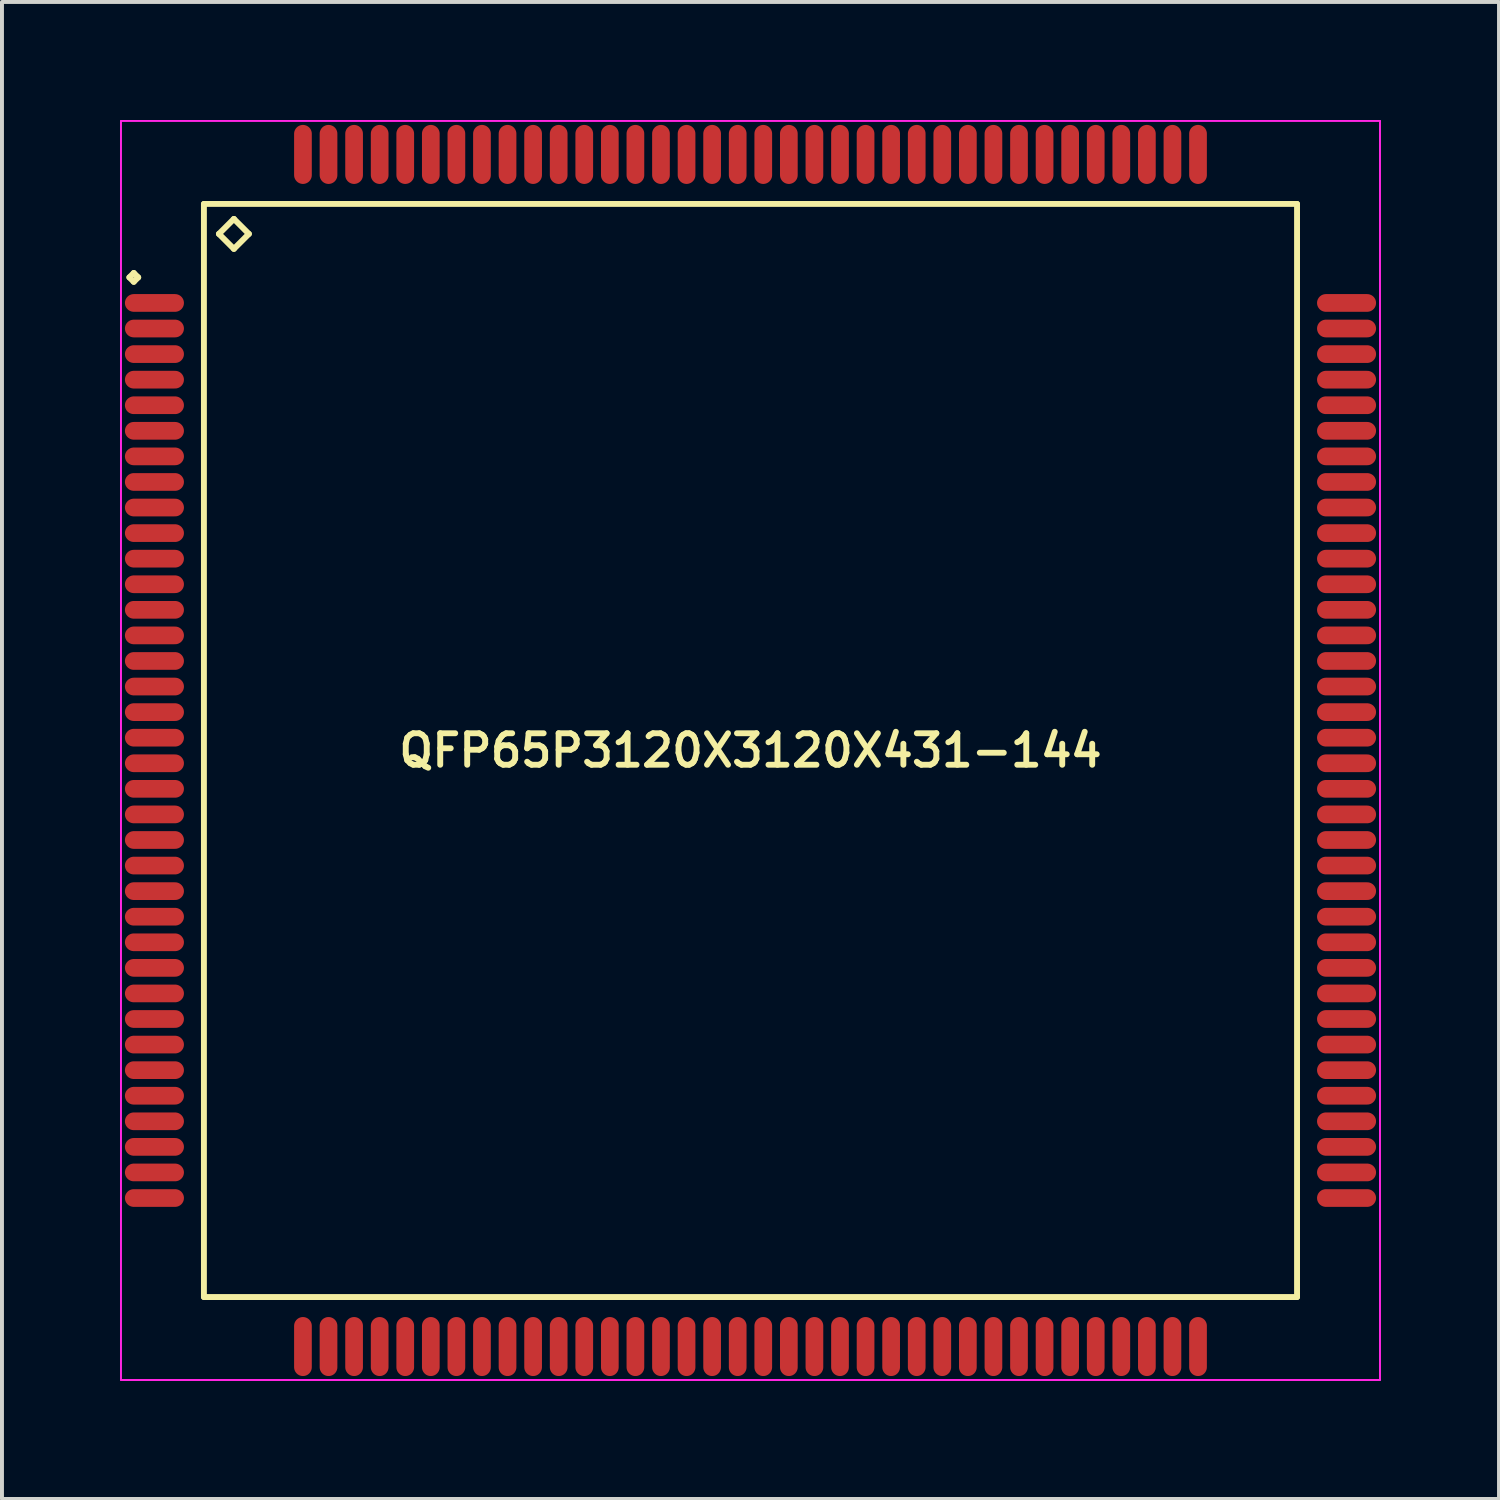
<source format=kicad_pcb>
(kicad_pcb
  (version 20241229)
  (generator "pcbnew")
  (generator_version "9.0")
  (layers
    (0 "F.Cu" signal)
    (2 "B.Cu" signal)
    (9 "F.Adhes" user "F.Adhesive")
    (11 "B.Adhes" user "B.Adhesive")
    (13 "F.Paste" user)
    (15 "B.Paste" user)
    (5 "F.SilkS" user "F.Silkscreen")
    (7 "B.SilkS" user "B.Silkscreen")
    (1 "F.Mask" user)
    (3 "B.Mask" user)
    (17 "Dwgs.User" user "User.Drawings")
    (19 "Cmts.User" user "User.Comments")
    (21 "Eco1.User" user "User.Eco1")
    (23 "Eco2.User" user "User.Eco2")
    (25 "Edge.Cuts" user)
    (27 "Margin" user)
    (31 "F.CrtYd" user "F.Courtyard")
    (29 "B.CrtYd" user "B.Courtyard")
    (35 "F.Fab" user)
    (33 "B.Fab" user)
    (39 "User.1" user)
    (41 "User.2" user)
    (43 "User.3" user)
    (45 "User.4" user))
  (footprint "QFP65P3120X3120X431-144"
    (layer "F.Cu")
    (at 16.025 16.025)
    (property "Reference" "QFP65P3120X3120X431-144" (at 0 0 0) (layer "F.SilkS") (effects (font (size 0.8 0.8) (thickness 0.15))))
    (attr smd)
    (fp_line (start -15.787 -12.025) (end -15.675 -12.137) (stroke (width 0.15) (type solid)) (layer "F.SilkS"))
    (fp_line (start -15.675 -12.137) (end -15.562 -12.025) (stroke (width 0.15) (type solid)) (layer "F.SilkS"))
    (fp_line (start -15.675 -11.912) (end -15.787 -12.025) (stroke (width 0.15) (type solid)) (layer "F.SilkS"))
    (fp_line (start -15.562 -12.025) (end -15.675 -11.912) (stroke (width 0.15) (type solid)) (layer "F.SilkS"))
    (fp_line (start -13.892 -13.892) (end -13.892 13.892) (stroke (width 0.15) (type solid)) (layer "F.SilkS"))
    (fp_line (start -13.892 13.892) (end 13.892 13.892) (stroke (width 0.15) (type solid)) (layer "F.SilkS"))
    (fp_line (start -13.511 -13.13) (end -13.13 -13.511) (stroke (width 0.15) (type solid)) (layer "F.SilkS"))
    (fp_line (start -13.13 -13.511) (end -12.749 -13.13) (stroke (width 0.15) (type solid)) (layer "F.SilkS"))
    (fp_line (start -13.13 -12.749) (end -13.511 -13.13) (stroke (width 0.15) (type solid)) (layer "F.SilkS"))
    (fp_line (start -12.749 -13.13) (end -13.13 -12.749) (stroke (width 0.15) (type solid)) (layer "F.SilkS"))
    (fp_line (start 13.892 -13.892) (end -13.892 -13.892) (stroke (width 0.15) (type solid)) (layer "F.SilkS"))
    (fp_line (start 13.892 13.892) (end 13.892 -13.892) (stroke (width 0.15) (type solid)) (layer "F.SilkS"))
    (fp_line (start -16 -16) (end 16 -16) (stroke (width 0.05) (type solid)) (layer "F.CrtYd"))
    (fp_line (start -16 16) (end -16 -16) (stroke (width 0.05) (type solid)) (layer "F.CrtYd"))
    (fp_line (start 16 -16) (end 16 16) (stroke (width 0.05) (type solid)) (layer "F.CrtYd"))
    (fp_line (start 16 16) (end -16 16) (stroke (width 0.05) (type solid)) (layer "F.CrtYd"))
    (pad "1" smd oval (at -15.15 -11.375) (size 1.5 0.45) (layers "F.Cu" "F.Mask" "F.Paste"))
    (pad "2" smd oval (at -15.15 -10.725) (size 1.5 0.45) (layers "F.Cu" "F.Mask" "F.Paste"))
    (pad "3" smd oval (at -15.15 -10.075) (size 1.5 0.45) (layers "F.Cu" "F.Mask" "F.Paste"))
    (pad "4" smd oval (at -15.15 -9.425) (size 1.5 0.45) (layers "F.Cu" "F.Mask" "F.Paste"))
    (pad "5" smd oval (at -15.15 -8.775) (size 1.5 0.45) (layers "F.Cu" "F.Mask" "F.Paste"))
    (pad "6" smd oval (at -15.15 -8.125) (size 1.5 0.45) (layers "F.Cu" "F.Mask" "F.Paste"))
    (pad "7" smd oval (at -15.15 -7.475) (size 1.5 0.45) (layers "F.Cu" "F.Mask" "F.Paste"))
    (pad "8" smd oval (at -15.15 -6.825) (size 1.5 0.45) (layers "F.Cu" "F.Mask" "F.Paste"))
    (pad "9" smd oval (at -15.15 -6.175) (size 1.5 0.45) (layers "F.Cu" "F.Mask" "F.Paste"))
    (pad "10" smd oval (at -15.15 -5.525) (size 1.5 0.45) (layers "F.Cu" "F.Mask" "F.Paste"))
    (pad "11" smd oval (at -15.15 -4.875) (size 1.5 0.45) (layers "F.Cu" "F.Mask" "F.Paste"))
    (pad "12" smd oval (at -15.15 -4.225) (size 1.5 0.45) (layers "F.Cu" "F.Mask" "F.Paste"))
    (pad "13" smd oval (at -15.15 -3.575) (size 1.5 0.45) (layers "F.Cu" "F.Mask" "F.Paste"))
    (pad "14" smd oval (at -15.15 -2.925) (size 1.5 0.45) (layers "F.Cu" "F.Mask" "F.Paste"))
    (pad "15" smd oval (at -15.15 -2.275) (size 1.5 0.45) (layers "F.Cu" "F.Mask" "F.Paste"))
    (pad "16" smd oval (at -15.15 -1.625) (size 1.5 0.45) (layers "F.Cu" "F.Mask" "F.Paste"))
    (pad "17" smd oval (at -15.15 -0.975) (size 1.5 0.45) (layers "F.Cu" "F.Mask" "F.Paste"))
    (pad "18" smd oval (at -15.15 -0.325) (size 1.5 0.45) (layers "F.Cu" "F.Mask" "F.Paste"))
    (pad "19" smd oval (at -15.15 0.325) (size 1.5 0.45) (layers "F.Cu" "F.Mask" "F.Paste"))
    (pad "20" smd oval (at -15.15 0.975) (size 1.5 0.45) (layers "F.Cu" "F.Mask" "F.Paste"))
    (pad "21" smd oval (at -15.15 1.625) (size 1.5 0.45) (layers "F.Cu" "F.Mask" "F.Paste"))
    (pad "22" smd oval (at -15.15 2.275) (size 1.5 0.45) (layers "F.Cu" "F.Mask" "F.Paste"))
    (pad "23" smd oval (at -15.15 2.925) (size 1.5 0.45) (layers "F.Cu" "F.Mask" "F.Paste"))
    (pad "24" smd oval (at -15.15 3.575) (size 1.5 0.45) (layers "F.Cu" "F.Mask" "F.Paste"))
    (pad "25" smd oval (at -15.15 4.225) (size 1.5 0.45) (layers "F.Cu" "F.Mask" "F.Paste"))
    (pad "26" smd oval (at -15.15 4.875) (size 1.5 0.45) (layers "F.Cu" "F.Mask" "F.Paste"))
    (pad "27" smd oval (at -15.15 5.525) (size 1.5 0.45) (layers "F.Cu" "F.Mask" "F.Paste"))
    (pad "28" smd oval (at -15.15 6.175) (size 1.5 0.45) (layers "F.Cu" "F.Mask" "F.Paste"))
    (pad "29" smd oval (at -15.15 6.825) (size 1.5 0.45) (layers "F.Cu" "F.Mask" "F.Paste"))
    (pad "30" smd oval (at -15.15 7.475) (size 1.5 0.45) (layers "F.Cu" "F.Mask" "F.Paste"))
    (pad "31" smd oval (at -15.15 8.125) (size 1.5 0.45) (layers "F.Cu" "F.Mask" "F.Paste"))
    (pad "32" smd oval (at -15.15 8.775) (size 1.5 0.45) (layers "F.Cu" "F.Mask" "F.Paste"))
    (pad "33" smd oval (at -15.15 9.425) (size 1.5 0.45) (layers "F.Cu" "F.Mask" "F.Paste"))
    (pad "34" smd oval (at -15.15 10.075) (size 1.5 0.45) (layers "F.Cu" "F.Mask" "F.Paste"))
    (pad "35" smd oval (at -15.15 10.725) (size 1.5 0.45) (layers "F.Cu" "F.Mask" "F.Paste"))
    (pad "36" smd oval (at -15.15 11.375) (size 1.5 0.45) (layers "F.Cu" "F.Mask" "F.Paste"))
    (pad "37" smd oval (at -11.375 15.15) (size 0.45 1.5) (layers "F.Cu" "F.Mask" "F.Paste"))
    (pad "38" smd oval (at -10.725 15.15) (size 0.45 1.5) (layers "F.Cu" "F.Mask" "F.Paste"))
    (pad "39" smd oval (at -10.075 15.15) (size 0.45 1.5) (layers "F.Cu" "F.Mask" "F.Paste"))
    (pad "40" smd oval (at -9.425 15.15) (size 0.45 1.5) (layers "F.Cu" "F.Mask" "F.Paste"))
    (pad "41" smd oval (at -8.775 15.15) (size 0.45 1.5) (layers "F.Cu" "F.Mask" "F.Paste"))
    (pad "42" smd oval (at -8.125 15.15) (size 0.45 1.5) (layers "F.Cu" "F.Mask" "F.Paste"))
    (pad "43" smd oval (at -7.475 15.15) (size 0.45 1.5) (layers "F.Cu" "F.Mask" "F.Paste"))
    (pad "44" smd oval (at -6.825 15.15) (size 0.45 1.5) (layers "F.Cu" "F.Mask" "F.Paste"))
    (pad "45" smd oval (at -6.175 15.15) (size 0.45 1.5) (layers "F.Cu" "F.Mask" "F.Paste"))
    (pad "46" smd oval (at -5.525 15.15) (size 0.45 1.5) (layers "F.Cu" "F.Mask" "F.Paste"))
    (pad "47" smd oval (at -4.875 15.15) (size 0.45 1.5) (layers "F.Cu" "F.Mask" "F.Paste"))
    (pad "48" smd oval (at -4.225 15.15) (size 0.45 1.5) (layers "F.Cu" "F.Mask" "F.Paste"))
    (pad "49" smd oval (at -3.575 15.15) (size 0.45 1.5) (layers "F.Cu" "F.Mask" "F.Paste"))
    (pad "50" smd oval (at -2.925 15.15) (size 0.45 1.5) (layers "F.Cu" "F.Mask" "F.Paste"))
    (pad "51" smd oval (at -2.275 15.15) (size 0.45 1.5) (layers "F.Cu" "F.Mask" "F.Paste"))
    (pad "52" smd oval (at -1.625 15.15) (size 0.45 1.5) (layers "F.Cu" "F.Mask" "F.Paste"))
    (pad "53" smd oval (at -0.975 15.15) (size 0.45 1.5) (layers "F.Cu" "F.Mask" "F.Paste"))
    (pad "54" smd oval (at -0.325 15.15) (size 0.45 1.5) (layers "F.Cu" "F.Mask" "F.Paste"))
    (pad "55" smd oval (at 0.325 15.15) (size 0.45 1.5) (layers "F.Cu" "F.Mask" "F.Paste"))
    (pad "56" smd oval (at 0.975 15.15) (size 0.45 1.5) (layers "F.Cu" "F.Mask" "F.Paste"))
    (pad "57" smd oval (at 1.625 15.15) (size 0.45 1.5) (layers "F.Cu" "F.Mask" "F.Paste"))
    (pad "58" smd oval (at 2.275 15.15) (size 0.45 1.5) (layers "F.Cu" "F.Mask" "F.Paste"))
    (pad "59" smd oval (at 2.925 15.15) (size 0.45 1.5) (layers "F.Cu" "F.Mask" "F.Paste"))
    (pad "60" smd oval (at 3.575 15.15) (size 0.45 1.5) (layers "F.Cu" "F.Mask" "F.Paste"))
    (pad "61" smd oval (at 4.225 15.15) (size 0.45 1.5) (layers "F.Cu" "F.Mask" "F.Paste"))
    (pad "62" smd oval (at 4.875 15.15) (size 0.45 1.5) (layers "F.Cu" "F.Mask" "F.Paste"))
    (pad "63" smd oval (at 5.525 15.15) (size 0.45 1.5) (layers "F.Cu" "F.Mask" "F.Paste"))
    (pad "64" smd oval (at 6.175 15.15) (size 0.45 1.5) (layers "F.Cu" "F.Mask" "F.Paste"))
    (pad "65" smd oval (at 6.825 15.15) (size 0.45 1.5) (layers "F.Cu" "F.Mask" "F.Paste"))
    (pad "66" smd oval (at 7.475 15.15) (size 0.45 1.5) (layers "F.Cu" "F.Mask" "F.Paste"))
    (pad "67" smd oval (at 8.125 15.15) (size 0.45 1.5) (layers "F.Cu" "F.Mask" "F.Paste"))
    (pad "68" smd oval (at 8.775 15.15) (size 0.45 1.5) (layers "F.Cu" "F.Mask" "F.Paste"))
    (pad "69" smd oval (at 9.425 15.15) (size 0.45 1.5) (layers "F.Cu" "F.Mask" "F.Paste"))
    (pad "70" smd oval (at 10.075 15.15) (size 0.45 1.5) (layers "F.Cu" "F.Mask" "F.Paste"))
    (pad "71" smd oval (at 10.725 15.15) (size 0.45 1.5) (layers "F.Cu" "F.Mask" "F.Paste"))
    (pad "72" smd oval (at 11.375 15.15) (size 0.45 1.5) (layers "F.Cu" "F.Mask" "F.Paste"))
    (pad "73" smd oval (at 15.15 11.375) (size 1.5 0.45) (layers "F.Cu" "F.Mask" "F.Paste"))
    (pad "74" smd oval (at 15.15 10.725) (size 1.5 0.45) (layers "F.Cu" "F.Mask" "F.Paste"))
    (pad "75" smd oval (at 15.15 10.075) (size 1.5 0.45) (layers "F.Cu" "F.Mask" "F.Paste"))
    (pad "76" smd oval (at 15.15 9.425) (size 1.5 0.45) (layers "F.Cu" "F.Mask" "F.Paste"))
    (pad "77" smd oval (at 15.15 8.775) (size 1.5 0.45) (layers "F.Cu" "F.Mask" "F.Paste"))
    (pad "78" smd oval (at 15.15 8.125) (size 1.5 0.45) (layers "F.Cu" "F.Mask" "F.Paste"))
    (pad "79" smd oval (at 15.15 7.475) (size 1.5 0.45) (layers "F.Cu" "F.Mask" "F.Paste"))
    (pad "80" smd oval (at 15.15 6.825) (size 1.5 0.45) (layers "F.Cu" "F.Mask" "F.Paste"))
    (pad "81" smd oval (at 15.15 6.175) (size 1.5 0.45) (layers "F.Cu" "F.Mask" "F.Paste"))
    (pad "82" smd oval (at 15.15 5.525) (size 1.5 0.45) (layers "F.Cu" "F.Mask" "F.Paste"))
    (pad "83" smd oval (at 15.15 4.875) (size 1.5 0.45) (layers "F.Cu" "F.Mask" "F.Paste"))
    (pad "84" smd oval (at 15.15 4.225) (size 1.5 0.45) (layers "F.Cu" "F.Mask" "F.Paste"))
    (pad "85" smd oval (at 15.15 3.575) (size 1.5 0.45) (layers "F.Cu" "F.Mask" "F.Paste"))
    (pad "86" smd oval (at 15.15 2.925) (size 1.5 0.45) (layers "F.Cu" "F.Mask" "F.Paste"))
    (pad "87" smd oval (at 15.15 2.275) (size 1.5 0.45) (layers "F.Cu" "F.Mask" "F.Paste"))
    (pad "88" smd oval (at 15.15 1.625) (size 1.5 0.45) (layers "F.Cu" "F.Mask" "F.Paste"))
    (pad "89" smd oval (at 15.15 0.975) (size 1.5 0.45) (layers "F.Cu" "F.Mask" "F.Paste"))
    (pad "90" smd oval (at 15.15 0.325) (size 1.5 0.45) (layers "F.Cu" "F.Mask" "F.Paste"))
    (pad "91" smd oval (at 15.15 -0.325) (size 1.5 0.45) (layers "F.Cu" "F.Mask" "F.Paste"))
    (pad "92" smd oval (at 15.15 -0.975) (size 1.5 0.45) (layers "F.Cu" "F.Mask" "F.Paste"))
    (pad "93" smd oval (at 15.15 -1.625) (size 1.5 0.45) (layers "F.Cu" "F.Mask" "F.Paste"))
    (pad "94" smd oval (at 15.15 -2.275) (size 1.5 0.45) (layers "F.Cu" "F.Mask" "F.Paste"))
    (pad "95" smd oval (at 15.15 -2.925) (size 1.5 0.45) (layers "F.Cu" "F.Mask" "F.Paste"))
    (pad "96" smd oval (at 15.15 -3.575) (size 1.5 0.45) (layers "F.Cu" "F.Mask" "F.Paste"))
    (pad "97" smd oval (at 15.15 -4.225) (size 1.5 0.45) (layers "F.Cu" "F.Mask" "F.Paste"))
    (pad "98" smd oval (at 15.15 -4.875) (size 1.5 0.45) (layers "F.Cu" "F.Mask" "F.Paste"))
    (pad "99" smd oval (at 15.15 -5.525) (size 1.5 0.45) (layers "F.Cu" "F.Mask" "F.Paste"))
    (pad "100" smd oval (at 15.15 -6.175) (size 1.5 0.45) (layers "F.Cu" "F.Mask" "F.Paste"))
    (pad "101" smd oval (at 15.15 -6.825) (size 1.5 0.45) (layers "F.Cu" "F.Mask" "F.Paste"))
    (pad "102" smd oval (at 15.15 -7.475) (size 1.5 0.45) (layers "F.Cu" "F.Mask" "F.Paste"))
    (pad "103" smd oval (at 15.15 -8.125) (size 1.5 0.45) (layers "F.Cu" "F.Mask" "F.Paste"))
    (pad "104" smd oval (at 15.15 -8.775) (size 1.5 0.45) (layers "F.Cu" "F.Mask" "F.Paste"))
    (pad "105" smd oval (at 15.15 -9.425) (size 1.5 0.45) (layers "F.Cu" "F.Mask" "F.Paste"))
    (pad "106" smd oval (at 15.15 -10.075) (size 1.5 0.45) (layers "F.Cu" "F.Mask" "F.Paste"))
    (pad "107" smd oval (at 15.15 -10.725) (size 1.5 0.45) (layers "F.Cu" "F.Mask" "F.Paste"))
    (pad "108" smd oval (at 15.15 -11.375) (size 1.5 0.45) (layers "F.Cu" "F.Mask" "F.Paste"))
    (pad "109" smd oval (at 11.375 -15.15) (size 0.45 1.5) (layers "F.Cu" "F.Mask" "F.Paste"))
    (pad "110" smd oval (at 10.725 -15.15) (size 0.45 1.5) (layers "F.Cu" "F.Mask" "F.Paste"))
    (pad "111" smd oval (at 10.075 -15.15) (size 0.45 1.5) (layers "F.Cu" "F.Mask" "F.Paste"))
    (pad "112" smd oval (at 9.425 -15.15) (size 0.45 1.5) (layers "F.Cu" "F.Mask" "F.Paste"))
    (pad "113" smd oval (at 8.775 -15.15) (size 0.45 1.5) (layers "F.Cu" "F.Mask" "F.Paste"))
    (pad "114" smd oval (at 8.125 -15.15) (size 0.45 1.5) (layers "F.Cu" "F.Mask" "F.Paste"))
    (pad "115" smd oval (at 7.475 -15.15) (size 0.45 1.5) (layers "F.Cu" "F.Mask" "F.Paste"))
    (pad "116" smd oval (at 6.825 -15.15) (size 0.45 1.5) (layers "F.Cu" "F.Mask" "F.Paste"))
    (pad "117" smd oval (at 6.175 -15.15) (size 0.45 1.5) (layers "F.Cu" "F.Mask" "F.Paste"))
    (pad "118" smd oval (at 5.525 -15.15) (size 0.45 1.5) (layers "F.Cu" "F.Mask" "F.Paste"))
    (pad "119" smd oval (at 4.875 -15.15) (size 0.45 1.5) (layers "F.Cu" "F.Mask" "F.Paste"))
    (pad "120" smd oval (at 4.225 -15.15) (size 0.45 1.5) (layers "F.Cu" "F.Mask" "F.Paste"))
    (pad "121" smd oval (at 3.575 -15.15) (size 0.45 1.5) (layers "F.Cu" "F.Mask" "F.Paste"))
    (pad "122" smd oval (at 2.925 -15.15) (size 0.45 1.5) (layers "F.Cu" "F.Mask" "F.Paste"))
    (pad "123" smd oval (at 2.275 -15.15) (size 0.45 1.5) (layers "F.Cu" "F.Mask" "F.Paste"))
    (pad "124" smd oval (at 1.625 -15.15) (size 0.45 1.5) (layers "F.Cu" "F.Mask" "F.Paste"))
    (pad "125" smd oval (at 0.975 -15.15) (size 0.45 1.5) (layers "F.Cu" "F.Mask" "F.Paste"))
    (pad "126" smd oval (at 0.325 -15.15) (size 0.45 1.5) (layers "F.Cu" "F.Mask" "F.Paste"))
    (pad "127" smd oval (at -0.325 -15.15) (size 0.45 1.5) (layers "F.Cu" "F.Mask" "F.Paste"))
    (pad "128" smd oval (at -0.975 -15.15) (size 0.45 1.5) (layers "F.Cu" "F.Mask" "F.Paste"))
    (pad "129" smd oval (at -1.625 -15.15) (size 0.45 1.5) (layers "F.Cu" "F.Mask" "F.Paste"))
    (pad "130" smd oval (at -2.275 -15.15) (size 0.45 1.5) (layers "F.Cu" "F.Mask" "F.Paste"))
    (pad "131" smd oval (at -2.925 -15.15) (size 0.45 1.5) (layers "F.Cu" "F.Mask" "F.Paste"))
    (pad "132" smd oval (at -3.575 -15.15) (size 0.45 1.5) (layers "F.Cu" "F.Mask" "F.Paste"))
    (pad "133" smd oval (at -4.225 -15.15) (size 0.45 1.5) (layers "F.Cu" "F.Mask" "F.Paste"))
    (pad "134" smd oval (at -4.875 -15.15) (size 0.45 1.5) (layers "F.Cu" "F.Mask" "F.Paste"))
    (pad "135" smd oval (at -5.525 -15.15) (size 0.45 1.5) (layers "F.Cu" "F.Mask" "F.Paste"))
    (pad "136" smd oval (at -6.175 -15.15) (size 0.45 1.5) (layers "F.Cu" "F.Mask" "F.Paste"))
    (pad "137" smd oval (at -6.825 -15.15) (size 0.45 1.5) (layers "F.Cu" "F.Mask" "F.Paste"))
    (pad "138" smd oval (at -7.475 -15.15) (size 0.45 1.5) (layers "F.Cu" "F.Mask" "F.Paste"))
    (pad "139" smd oval (at -8.125 -15.15) (size 0.45 1.5) (layers "F.Cu" "F.Mask" "F.Paste"))
    (pad "140" smd oval (at -8.775 -15.15) (size 0.45 1.5) (layers "F.Cu" "F.Mask" "F.Paste"))
    (pad "141" smd oval (at -9.425 -15.15) (size 0.45 1.5) (layers "F.Cu" "F.Mask" "F.Paste"))
    (pad "142" smd oval (at -10.075 -15.15) (size 0.45 1.5) (layers "F.Cu" "F.Mask" "F.Paste"))
    (pad "143" smd oval (at -10.725 -15.15) (size 0.45 1.5) (layers "F.Cu" "F.Mask" "F.Paste"))
    (pad "144" smd oval (at -11.375 -15.15) (size 0.45 1.5) (layers "F.Cu" "F.Mask" "F.Paste")))
  (gr_rect
    (start -3 -3)
    (end 35.05 35.05)
    (stroke (width 0.1) (type default))
    (fill no)
    (layer "Edge.Cuts")))
</source>
